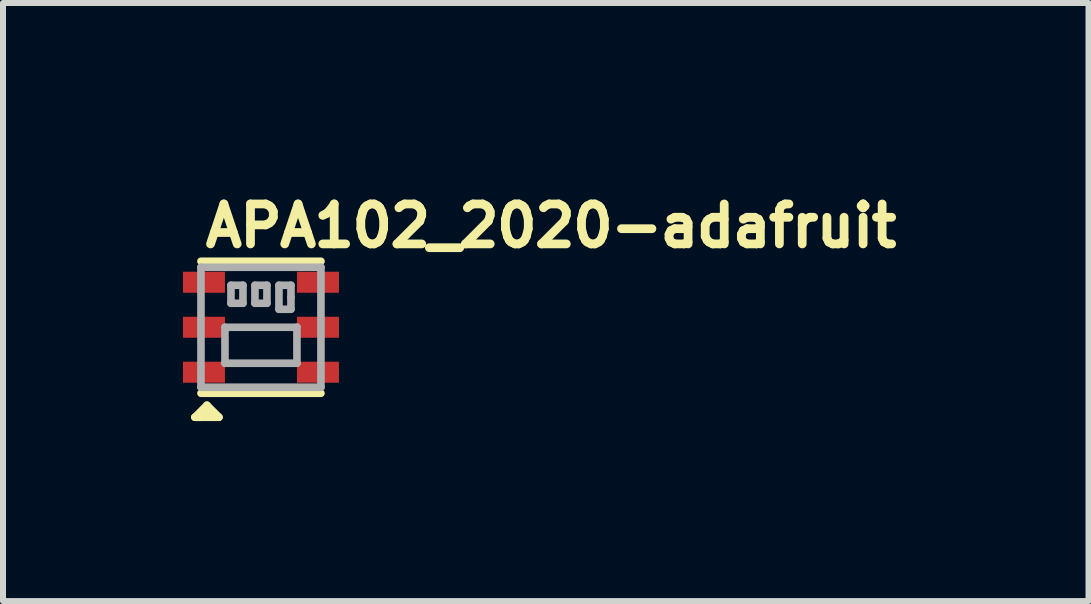
<source format=kicad_pcb>
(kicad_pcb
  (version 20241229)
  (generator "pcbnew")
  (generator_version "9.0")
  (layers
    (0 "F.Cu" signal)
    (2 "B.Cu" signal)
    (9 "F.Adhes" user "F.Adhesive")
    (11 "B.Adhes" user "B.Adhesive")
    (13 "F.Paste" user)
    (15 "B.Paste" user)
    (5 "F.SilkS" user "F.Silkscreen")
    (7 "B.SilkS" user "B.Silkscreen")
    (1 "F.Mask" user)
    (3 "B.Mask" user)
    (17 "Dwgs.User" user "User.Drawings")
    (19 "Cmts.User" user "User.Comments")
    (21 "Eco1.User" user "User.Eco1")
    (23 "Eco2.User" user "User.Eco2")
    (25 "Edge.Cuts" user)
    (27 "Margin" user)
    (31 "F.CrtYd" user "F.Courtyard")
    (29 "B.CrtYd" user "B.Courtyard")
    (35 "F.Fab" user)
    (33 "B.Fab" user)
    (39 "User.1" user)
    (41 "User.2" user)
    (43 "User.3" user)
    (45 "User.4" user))
  (footprint "APA102_2020-adafruit"
    (layer "F.Cu")
    (at 1.3 2.405)
    (property "Reference" "APA102_2020-adafruit" (at -1 -1.3 0) (unlocked yes) (layer "F.SilkS") (effects (font (size 0.666 0.666) (thickness 0.146)) (justify left bottom)))
    (fp_line (start -1.1 1.5) (end -1 1.5) (stroke (width 0.127) (type solid)) (layer "F.SilkS"))
    (fp_line (start -1.1 1.5) (end -0.8 1.5) (stroke (width 0.127) (type solid)) (layer "F.SilkS"))
    (fp_line (start -1 1.5) (end -0.9 1.4) (stroke (width 0.127) (type solid)) (layer "F.SilkS"))
    (fp_line (start -0.9 1.3) (end -1.1 1.5) (stroke (width 0.127) (type solid)) (layer "F.SilkS"))
    (fp_line (start -0.8 1.5) (end -0.7 1.5) (stroke (width 0.127) (type solid)) (layer "F.SilkS"))
    (fp_line (start -0.7 1.5) (end -0.9 1.3) (stroke (width 0.127) (type solid)) (layer "F.SilkS"))
    (fp_line (start 1 -1.1) (end -1 -1.1) (stroke (width 0.127) (type solid)) (layer "F.SilkS"))
    (fp_line (start 1 1.1) (end -1 1.1) (stroke (width 0.127) (type solid)) (layer "F.SilkS"))
    (fp_line (start -1 -1) (end 1 -1) (stroke (width 0.127) (type solid)) (layer "F.Fab"))
    (fp_line (start -1 1) (end -1 -1) (stroke (width 0.127) (type solid)) (layer "F.Fab"))
    (fp_line (start -0.6 0) (end 0.6 0) (stroke (width 0.127) (type solid)) (layer "F.Fab"))
    (fp_line (start -0.6 0.6) (end -0.6 0) (stroke (width 0.127) (type solid)) (layer "F.Fab"))
    (fp_line (start -0.5 -0.7) (end -0.3 -0.7) (stroke (width 0.127) (type solid)) (layer "F.Fab"))
    (fp_line (start -0.5 -0.4) (end -0.5 -0.7) (stroke (width 0.127) (type solid)) (layer "F.Fab"))
    (fp_line (start -0.3 -0.7) (end -0.3 -0.4) (stroke (width 0.127) (type solid)) (layer "F.Fab"))
    (fp_line (start -0.3 -0.4) (end -0.5 -0.4) (stroke (width 0.127) (type solid)) (layer "F.Fab"))
    (fp_line (start -0.1 -0.7) (end 0.1 -0.7) (stroke (width 0.127) (type solid)) (layer "F.Fab"))
    (fp_line (start -0.1 -0.4) (end -0.1 -0.7) (stroke (width 0.127) (type solid)) (layer "F.Fab"))
    (fp_line (start 0.1 -0.7) (end 0.1 -0.4) (stroke (width 0.127) (type solid)) (layer "F.Fab"))
    (fp_line (start 0.1 -0.4) (end -0.1 -0.4) (stroke (width 0.127) (type solid)) (layer "F.Fab"))
    (fp_line (start 0.3 -0.7) (end 0.5 -0.7) (stroke (width 0.127) (type solid)) (layer "F.Fab"))
    (fp_line (start 0.3 -0.3) (end 0.3 -0.7) (stroke (width 0.127) (type solid)) (layer "F.Fab"))
    (fp_line (start 0.5 -0.7) (end 0.5 -0.5) (stroke (width 0.127) (type solid)) (layer "F.Fab"))
    (fp_line (start 0.5 -0.5) (end 0.5 -0.3) (stroke (width 0.127) (type solid)) (layer "F.Fab"))
    (fp_line (start 0.5 -0.3) (end 0.3 -0.3) (stroke (width 0.127) (type solid)) (layer "F.Fab"))
    (fp_line (start 0.6 0) (end 0.6 0.6) (stroke (width 0.127) (type solid)) (layer "F.Fab"))
    (fp_line (start 0.6 0.6) (end -0.6 0.6) (stroke (width 0.127) (type solid)) (layer "F.Fab"))
    (fp_line (start 1 -1) (end 1 1) (stroke (width 0.127) (type solid)) (layer "F.Fab"))
    (fp_line (start 1 1) (end -1 1) (stroke (width 0.127) (type solid)) (layer "F.Fab"))
    (pad "1" smd rect (at -0.95 0.75 180) (size 0.7 0.35) (layers "F.Cu" "F.Mask" "F.Paste"))
    (pad "2" smd rect (at -0.95 0 180) (size 0.7 0.35) (layers "F.Cu" "F.Mask" "F.Paste"))
    (pad "3" smd rect (at -0.95 -0.75 180) (size 0.7 0.35) (layers "F.Cu" "F.Mask" "F.Paste"))
    (pad "4" smd rect (at 0.95 -0.75 180) (size 0.7 0.35) (layers "F.Cu" "F.Mask" "F.Paste"))
    (pad "5" smd rect (at 0.95 0 180) (size 0.7 0.35) (layers "F.Cu" "F.Mask" "F.Paste"))
    (pad "6" smd rect (at 0.95 0.75 180) (size 0.7 0.35) (layers "F.Cu" "F.Mask" "F.Paste")))
  (gr_rect
    (start -3 -3)
    (end 15.095 6.969)
    (stroke (width 0.1) (type default))
    (fill no)
    (layer "Edge.Cuts")))
</source>
